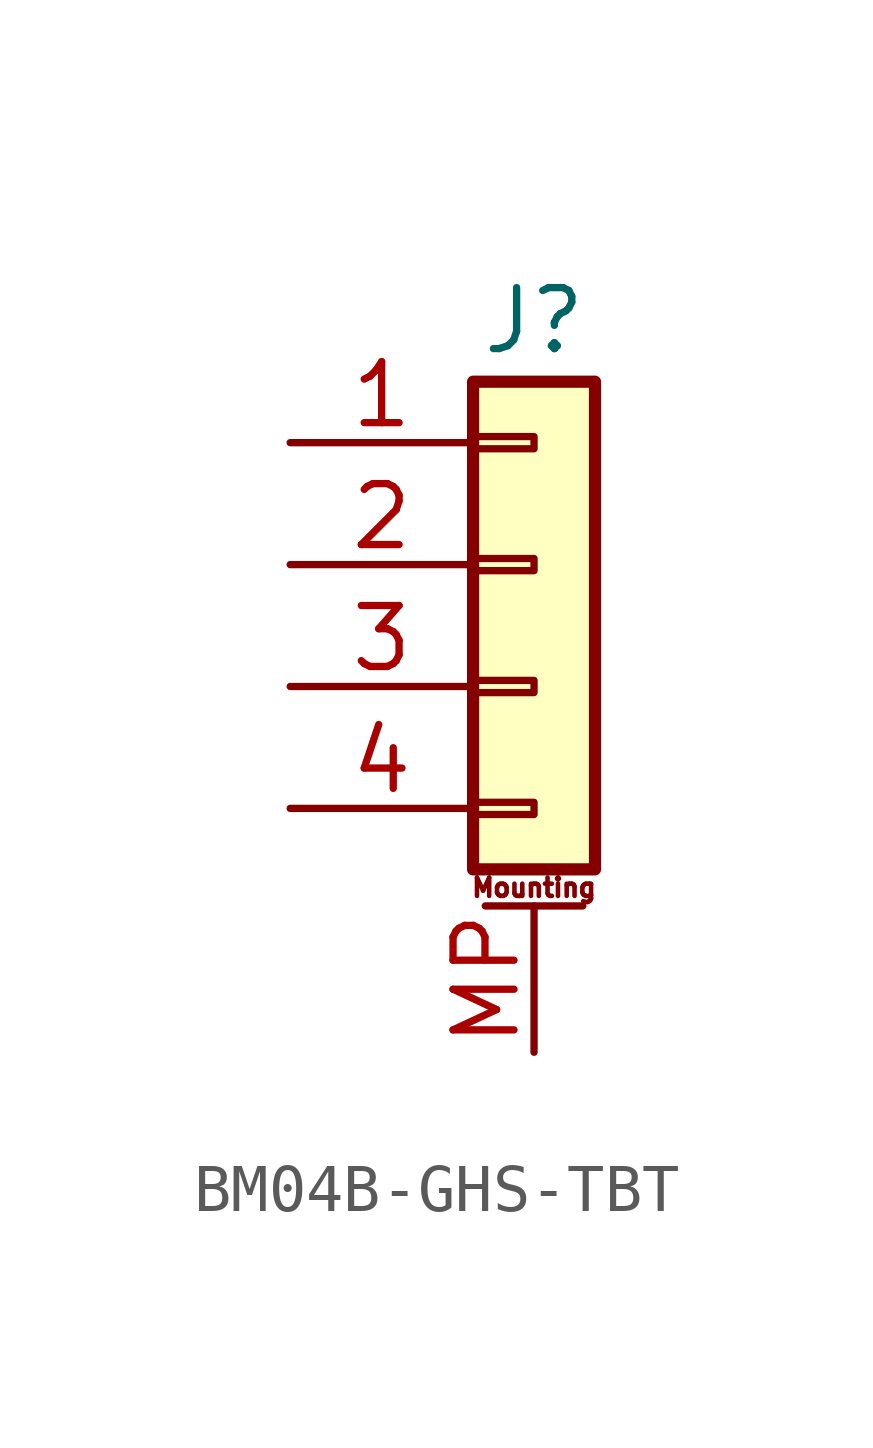
<source format=kicad_sym>
(kicad_symbol_lib
  (version 20241209)
  (generator "kicad_symbol_editor")
  (generator_version "9.0")
  (symbol "BM04B-GHS-TBT"
    (pin_names
      (offset 1.016)
      (hide yes))
    (property "Reference" "J"
      (at 1.27 2.54 0)
      (effects (font (size 1.27 1.27))))
    (symbol "BM04B-GHS-TBT_1_1"
      (rectangle (start 0 1.27) (end 2.54 -8.89) (stroke (width 0.254) (type default)) (fill (type background)))
      (rectangle (start 0 0.127) (end 1.27 -0.127) (stroke (width 0.152) (type default)) (fill (type none)))
      (rectangle (start 0 -2.413) (end 1.27 -2.667) (stroke (width 0.152) (type default)) (fill (type none)))
      (rectangle (start 0 -4.953) (end 1.27 -5.207) (stroke (width 0.152) (type default)) (fill (type none)))
      (rectangle (start 0 -7.493) (end 1.27 -7.747) (stroke (width 0.152) (type default)) (fill (type none)))
      (polyline (pts (xy 0.254 -9.652) (xy 2.286 -9.652)) (stroke (width 0.152) (type default)) (fill (type none)))
      (text "Mounting" (at 1.27 -9.271 0) (effects (font (size 0.381 0.381))))
      (pin passive line (at -3.81 0 0) (length 3.81) (name "Pin_1" (effects (font (size 1.27 1.27)))) (number "1" (effects (font (size 1.27 1.27)))))
      (pin passive line (at -3.81 -2.54 0) (length 3.81) (name "Pin_2" (effects (font (size 1.27 1.27)))) (number "2" (effects (font (size 1.27 1.27)))))
      (pin passive line (at -3.81 -5.08 0) (length 3.81) (name "Pin_3" (effects (font (size 1.27 1.27)))) (number "3" (effects (font (size 1.27 1.27)))))
      (pin passive line (at -3.81 -7.62 0) (length 3.81) (name "Pin_4" (effects (font (size 1.27 1.27)))) (number "4" (effects (font (size 1.27 1.27)))))
      (pin passive line (at 1.27 -12.7 90) (length 3.048) (name "MountPin" (effects (font (size 1.27 1.27)))) (number "MP" (effects (font (size 1.27 1.27))))))))
</source>
